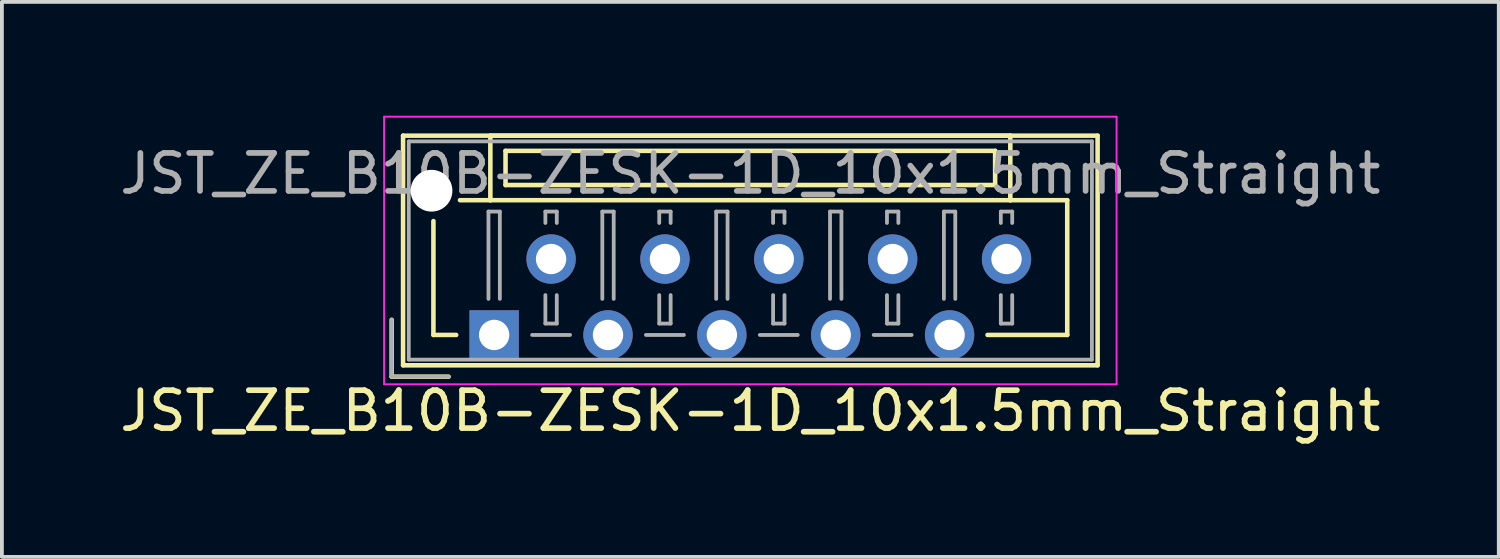
<source format=kicad_pcb>
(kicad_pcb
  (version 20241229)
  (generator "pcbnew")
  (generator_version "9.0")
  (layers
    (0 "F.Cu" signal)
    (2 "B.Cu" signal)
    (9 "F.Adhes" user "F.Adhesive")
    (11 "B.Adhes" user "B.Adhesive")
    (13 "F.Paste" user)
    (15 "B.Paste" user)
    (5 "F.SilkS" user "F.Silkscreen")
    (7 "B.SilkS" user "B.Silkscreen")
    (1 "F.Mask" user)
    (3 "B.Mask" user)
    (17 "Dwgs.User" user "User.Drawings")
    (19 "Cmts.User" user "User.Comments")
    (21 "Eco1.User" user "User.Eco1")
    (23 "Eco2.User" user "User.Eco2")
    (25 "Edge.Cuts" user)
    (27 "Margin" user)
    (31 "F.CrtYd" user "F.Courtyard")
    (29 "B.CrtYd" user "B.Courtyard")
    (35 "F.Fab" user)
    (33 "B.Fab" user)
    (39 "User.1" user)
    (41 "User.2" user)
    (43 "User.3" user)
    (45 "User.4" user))
  (footprint "JST_ZE_B10B-ZESK-1D_10x1.5mm_Straight"
    (layer "F.Cu")
    (at 9.97 5.775)
    (property "Reference" "JST_ZE_B10B-ZESK-1D_10x1.5mm_Straight" (at 6.75 2 0) (layer "F.SilkS") (effects (font (size 1 1) (thickness 0.15))))
    (attr through_hole)
    (fp_line (start -2.7 -0.4) (end -2.7 1.1) (stroke (width 0.12) (type solid)) (layer "F.SilkS"))
    (fp_line (start -2.7 1.1) (end -1.2 1.1) (stroke (width 0.12) (type solid)) (layer "F.SilkS"))
    (fp_line (start -2.4 -5.25) (end -2.4 0.8) (stroke (width 0.12) (type solid)) (layer "F.SilkS"))
    (fp_line (start -2.4 0.8) (end 15.9 0.8) (stroke (width 0.12) (type solid)) (layer "F.SilkS"))
    (fp_line (start -1.6 -3) (end -1.6 0) (stroke (width 0.12) (type solid)) (layer "F.SilkS"))
    (fp_line (start -1.6 0) (end -1 0) (stroke (width 0.12) (type solid)) (layer "F.SilkS"))
    (fp_line (start -0.1 -5.25) (end -0.1 -3.55) (stroke (width 0.12) (type solid)) (layer "F.SilkS"))
    (fp_line (start -0.1 -3.55) (end -0.9 -3.55) (stroke (width 0.12) (type solid)) (layer "F.SilkS"))
    (fp_line (start -0.1 -3.55) (end 13.6 -3.55) (stroke (width 0.12) (type solid)) (layer "F.SilkS"))
    (fp_line (start 0.3 -4.85) (end 0.3 -3.95) (stroke (width 0.12) (type solid)) (layer "F.SilkS"))
    (fp_line (start 0.3 -3.95) (end 13.2 -3.95) (stroke (width 0.12) (type solid)) (layer "F.SilkS"))
    (fp_line (start 13.2 -4.85) (end 0.3 -4.85) (stroke (width 0.12) (type solid)) (layer "F.SilkS"))
    (fp_line (start 13.2 -3.95) (end 13.2 -4.85) (stroke (width 0.12) (type solid)) (layer "F.SilkS"))
    (fp_line (start 13.6 -5.25) (end -0.1 -5.25) (stroke (width 0.12) (type solid)) (layer "F.SilkS"))
    (fp_line (start 13.6 -3.55) (end 13.6 -5.25) (stroke (width 0.12) (type solid)) (layer "F.SilkS"))
    (fp_line (start 13.6 -3.55) (end 15.1 -3.55) (stroke (width 0.12) (type solid)) (layer "F.SilkS"))
    (fp_line (start 15.1 -3.55) (end 15.1 0) (stroke (width 0.12) (type solid)) (layer "F.SilkS"))
    (fp_line (start 15.1 0) (end 13 0) (stroke (width 0.12) (type solid)) (layer "F.SilkS"))
    (fp_line (start 15.9 -5.25) (end -2.4 -5.25) (stroke (width 0.12) (type solid)) (layer "F.SilkS"))
    (fp_line (start 15.9 0.8) (end 15.9 -5.25) (stroke (width 0.12) (type solid)) (layer "F.SilkS"))
    (fp_line (start -2.9 -5.75) (end -2.9 1.3) (stroke (width 0.05) (type solid)) (layer "F.CrtYd"))
    (fp_line (start -2.9 1.3) (end 16.4 1.3) (stroke (width 0.05) (type solid)) (layer "F.CrtYd"))
    (fp_line (start 16.4 -5.75) (end -2.9 -5.75) (stroke (width 0.05) (type solid)) (layer "F.CrtYd"))
    (fp_line (start 16.4 1.3) (end 16.4 -5.75) (stroke (width 0.05) (type solid)) (layer "F.CrtYd"))
    (fp_line (start -2.7 -0.4) (end -2.7 1.1) (stroke (width 0.1) (type solid)) (layer "F.Fab"))
    (fp_line (start -2.7 1.1) (end -1.2 1.1) (stroke (width 0.1) (type solid)) (layer "F.Fab"))
    (fp_line (start -2.25 -5.1) (end -2.25 0.65) (stroke (width 0.1) (type solid)) (layer "F.Fab"))
    (fp_line (start -2.25 0.65) (end 15.75 0.65) (stroke (width 0.1) (type solid)) (layer "F.Fab"))
    (fp_line (start -0.15 -3.25) (end 0.15 -3.25) (stroke (width 0.1) (type solid)) (layer "F.Fab"))
    (fp_line (start -0.15 -0.95) (end -0.15 -3.25) (stroke (width 0.1) (type solid)) (layer "F.Fab"))
    (fp_line (start 0.15 -3.25) (end 0.15 -0.95) (stroke (width 0.1) (type solid)) (layer "F.Fab"))
    (fp_line (start 1 0) (end 2 0) (stroke (width 0.1) (type solid)) (layer "F.Fab"))
    (fp_line (start 1.35 -3.25) (end 1.65 -3.25) (stroke (width 0.1) (type solid)) (layer "F.Fab"))
    (fp_line (start 1.35 -2.95) (end 1.35 -3.25) (stroke (width 0.1) (type solid)) (layer "F.Fab"))
    (fp_line (start 1.35 -1.05) (end 1.35 -0.3) (stroke (width 0.1) (type solid)) (layer "F.Fab"))
    (fp_line (start 1.35 -0.3) (end 1.65 -0.3) (stroke (width 0.1) (type solid)) (layer "F.Fab"))
    (fp_line (start 1.65 -3.25) (end 1.65 -2.95) (stroke (width 0.1) (type solid)) (layer "F.Fab"))
    (fp_line (start 1.65 -0.3) (end 1.65 -1.05) (stroke (width 0.1) (type solid)) (layer "F.Fab"))
    (fp_line (start 2.85 -3.25) (end 3.15 -3.25) (stroke (width 0.1) (type solid)) (layer "F.Fab"))
    (fp_line (start 2.85 -0.95) (end 2.85 -3.25) (stroke (width 0.1) (type solid)) (layer "F.Fab"))
    (fp_line (start 3.15 -3.25) (end 3.15 -0.95) (stroke (width 0.1) (type solid)) (layer "F.Fab"))
    (fp_line (start 4 0) (end 5 0) (stroke (width 0.1) (type solid)) (layer "F.Fab"))
    (fp_line (start 4.35 -3.25) (end 4.65 -3.25) (stroke (width 0.1) (type solid)) (layer "F.Fab"))
    (fp_line (start 4.35 -2.95) (end 4.35 -3.25) (stroke (width 0.1) (type solid)) (layer "F.Fab"))
    (fp_line (start 4.35 -1.05) (end 4.35 -0.3) (stroke (width 0.1) (type solid)) (layer "F.Fab"))
    (fp_line (start 4.35 -0.3) (end 4.65 -0.3) (stroke (width 0.1) (type solid)) (layer "F.Fab"))
    (fp_line (start 4.65 -3.25) (end 4.65 -2.95) (stroke (width 0.1) (type solid)) (layer "F.Fab"))
    (fp_line (start 4.65 -0.3) (end 4.65 -1.05) (stroke (width 0.1) (type solid)) (layer "F.Fab"))
    (fp_line (start 5.85 -3.25) (end 6.15 -3.25) (stroke (width 0.1) (type solid)) (layer "F.Fab"))
    (fp_line (start 5.85 -0.95) (end 5.85 -3.25) (stroke (width 0.1) (type solid)) (layer "F.Fab"))
    (fp_line (start 6.15 -3.25) (end 6.15 -0.95) (stroke (width 0.1) (type solid)) (layer "F.Fab"))
    (fp_line (start 7 0) (end 8 0) (stroke (width 0.1) (type solid)) (layer "F.Fab"))
    (fp_line (start 7.35 -3.25) (end 7.65 -3.25) (stroke (width 0.1) (type solid)) (layer "F.Fab"))
    (fp_line (start 7.35 -2.95) (end 7.35 -3.25) (stroke (width 0.1) (type solid)) (layer "F.Fab"))
    (fp_line (start 7.35 -1.05) (end 7.35 -0.3) (stroke (width 0.1) (type solid)) (layer "F.Fab"))
    (fp_line (start 7.35 -0.3) (end 7.65 -0.3) (stroke (width 0.1) (type solid)) (layer "F.Fab"))
    (fp_line (start 7.65 -3.25) (end 7.65 -2.95) (stroke (width 0.1) (type solid)) (layer "F.Fab"))
    (fp_line (start 7.65 -0.3) (end 7.65 -1.05) (stroke (width 0.1) (type solid)) (layer "F.Fab"))
    (fp_line (start 8.85 -3.25) (end 9.15 -3.25) (stroke (width 0.1) (type solid)) (layer "F.Fab"))
    (fp_line (start 8.85 -0.95) (end 8.85 -3.25) (stroke (width 0.1) (type solid)) (layer "F.Fab"))
    (fp_line (start 9.15 -3.25) (end 9.15 -0.95) (stroke (width 0.1) (type solid)) (layer "F.Fab"))
    (fp_line (start 10 0) (end 11 0) (stroke (width 0.1) (type solid)) (layer "F.Fab"))
    (fp_line (start 10.35 -3.25) (end 10.65 -3.25) (stroke (width 0.1) (type solid)) (layer "F.Fab"))
    (fp_line (start 10.35 -2.95) (end 10.35 -3.25) (stroke (width 0.1) (type solid)) (layer "F.Fab"))
    (fp_line (start 10.35 -1.05) (end 10.35 -0.3) (stroke (width 0.1) (type solid)) (layer "F.Fab"))
    (fp_line (start 10.35 -0.3) (end 10.65 -0.3) (stroke (width 0.1) (type solid)) (layer "F.Fab"))
    (fp_line (start 10.65 -3.25) (end 10.65 -2.95) (stroke (width 0.1) (type solid)) (layer "F.Fab"))
    (fp_line (start 10.65 -0.3) (end 10.65 -1.05) (stroke (width 0.1) (type solid)) (layer "F.Fab"))
    (fp_line (start 11.85 -3.25) (end 12.15 -3.25) (stroke (width 0.1) (type solid)) (layer "F.Fab"))
    (fp_line (start 11.85 -0.95) (end 11.85 -3.25) (stroke (width 0.1) (type solid)) (layer "F.Fab"))
    (fp_line (start 12.15 -3.25) (end 12.15 -0.95) (stroke (width 0.1) (type solid)) (layer "F.Fab"))
    (fp_line (start 13.35 -3.25) (end 13.65 -3.25) (stroke (width 0.1) (type solid)) (layer "F.Fab"))
    (fp_line (start 13.35 -2.95) (end 13.35 -3.25) (stroke (width 0.1) (type solid)) (layer "F.Fab"))
    (fp_line (start 13.35 -1.05) (end 13.35 -0.3) (stroke (width 0.1) (type solid)) (layer "F.Fab"))
    (fp_line (start 13.35 -0.3) (end 13.65 -0.3) (stroke (width 0.1) (type solid)) (layer "F.Fab"))
    (fp_line (start 13.65 -3.25) (end 13.65 -2.95) (stroke (width 0.1) (type solid)) (layer "F.Fab"))
    (fp_line (start 13.65 -0.3) (end 13.65 -1.05) (stroke (width 0.1) (type solid)) (layer "F.Fab"))
    (fp_line (start 15.75 -5.1) (end -2.25 -5.1) (stroke (width 0.1) (type solid)) (layer "F.Fab"))
    (fp_line (start 15.75 0.65) (end 15.75 -5.1) (stroke (width 0.1) (type solid)) (layer "F.Fab"))
    (fp_text user "${REFERENCE}" (at 6.75 -4.25 0) (layer "F.Fab") (effects (font (size 1 1) (thickness 0.15))))
    (pad "" np_thru_hole circle (at -1.65 -3.8) (size 1.1 1.1) (drill 1.1) (layers "*.Cu"))
    (pad "1" thru_hole rect (at 0 0) (size 1.3 1.3) (drill 0.8) (layers "*.Cu" "*.Mask"))
    (pad "2" thru_hole circle (at 1.5 -2) (size 1.3 1.3) (drill 0.8) (layers "*.Cu" "*.Mask"))
    (pad "3" thru_hole circle (at 3 0) (size 1.3 1.3) (drill 0.8) (layers "*.Cu" "*.Mask"))
    (pad "4" thru_hole circle (at 4.5 -2) (size 1.3 1.3) (drill 0.8) (layers "*.Cu" "*.Mask"))
    (pad "5" thru_hole circle (at 6 0) (size 1.3 1.3) (drill 0.8) (layers "*.Cu" "*.Mask"))
    (pad "6" thru_hole circle (at 7.5 -2) (size 1.3 1.3) (drill 0.8) (layers "*.Cu" "*.Mask"))
    (pad "7" thru_hole circle (at 9 0) (size 1.3 1.3) (drill 0.8) (layers "*.Cu" "*.Mask"))
    (pad "8" thru_hole circle (at 10.5 -2) (size 1.3 1.3) (drill 0.8) (layers "*.Cu" "*.Mask"))
    (pad "9" thru_hole circle (at 12 0) (size 1.3 1.3) (drill 0.8) (layers "*.Cu" "*.Mask"))
    (pad "10" thru_hole circle (at 13.5 -2) (size 1.3 1.3) (drill 0.8) (layers "*.Cu" "*.Mask")))
  (gr_rect
    (start -3 -3)
    (end 36.44 11.623)
    (stroke (width 0.1) (type default))
    (fill no)
    (layer "Edge.Cuts")))
</source>
